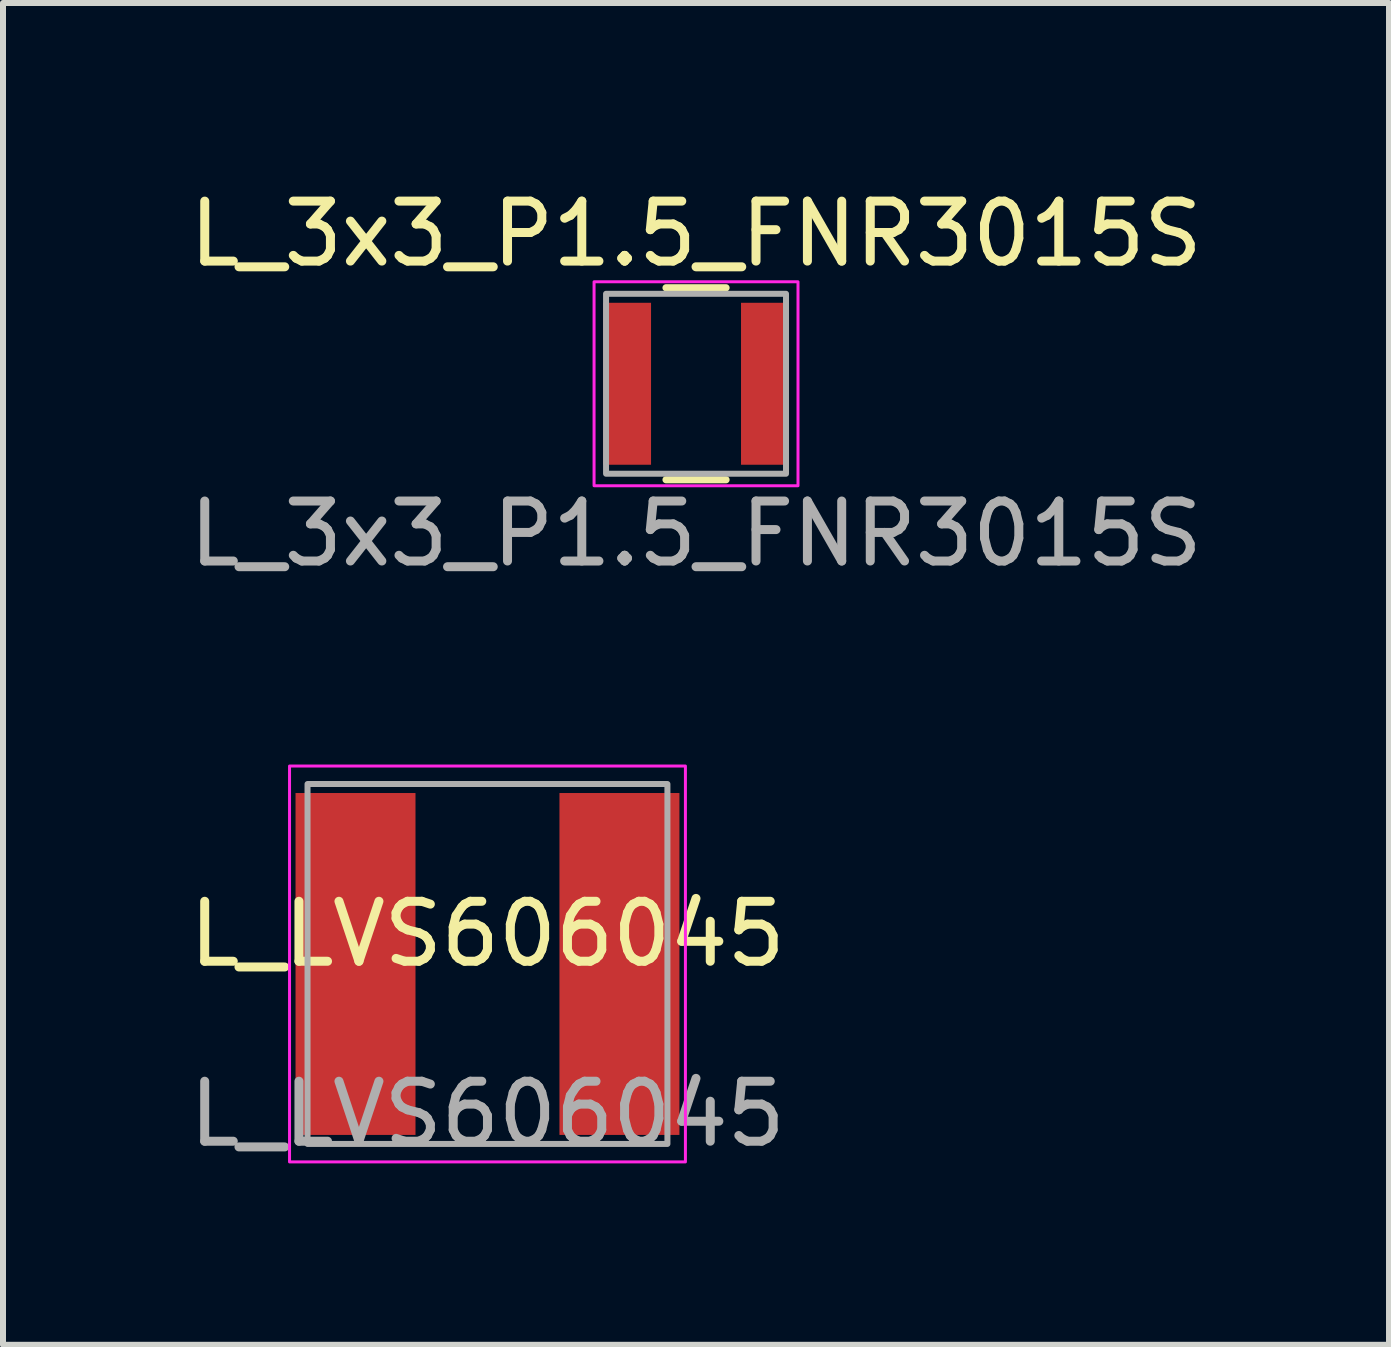
<source format=kicad_pcb>
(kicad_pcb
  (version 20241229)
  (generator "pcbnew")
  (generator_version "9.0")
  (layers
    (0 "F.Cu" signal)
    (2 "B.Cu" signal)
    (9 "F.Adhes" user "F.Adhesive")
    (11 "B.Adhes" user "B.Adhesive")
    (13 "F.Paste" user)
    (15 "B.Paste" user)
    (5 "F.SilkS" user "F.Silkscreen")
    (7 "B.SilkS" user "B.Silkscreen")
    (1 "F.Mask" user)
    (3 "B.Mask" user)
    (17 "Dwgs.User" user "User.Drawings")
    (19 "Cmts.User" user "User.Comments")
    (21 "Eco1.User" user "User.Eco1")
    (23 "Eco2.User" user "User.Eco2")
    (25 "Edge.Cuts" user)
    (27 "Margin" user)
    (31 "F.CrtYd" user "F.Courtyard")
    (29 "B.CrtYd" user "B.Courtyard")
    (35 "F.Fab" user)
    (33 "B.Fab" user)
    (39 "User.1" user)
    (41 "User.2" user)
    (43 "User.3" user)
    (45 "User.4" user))
  (footprint "L_LVS606045"
    (layer "F.Cu")
    (at 5.077 13.021)
    (property "Reference" "L_LVS606045" (at 0 -0.5 0) (unlocked yes) (layer "F.SilkS") (effects (font (size 1 1) (thickness 0.15))))
    (attr smd)
    (fp_rect (start 3.3 3.3) (end -3.3 -3.3) (stroke (width 0.05) (type solid)) (fill no) (layer "F.CrtYd"))
    (fp_rect (start -3 -3) (end 3 3) (stroke (width 0.1) (type solid)) (fill no) (layer "F.Fab"))
    (fp_text user "${REFERENCE}" (at 0 2.5 0) (unlocked yes) (layer "F.Fab") (effects (font (size 1 1) (thickness 0.15))))
    (pad "1" smd rect (at -2.2 0 90) (size 5.7 2) (layers "F.Cu" "F.Mask" "F.Paste"))
    (pad "2" smd rect (at 2.2 0 90) (size 5.7 2) (layers "F.Cu" "F.Mask" "F.Paste")))
  (footprint "L_3x3_P1.5_FNR3015S"
    (layer "F.Cu")
    (at 8.554 3.348)
    (property "Reference" "L_3x3_P1.5_FNR3015S" (at 0 -2.5 0) (unlocked yes) (layer "F.SilkS") (effects (font (size 1 1) (thickness 0.15))))
    (attr smd)
    (fp_line (start -0.5 -1.6) (end 0.5 -1.6) (stroke (width 0.12) (type solid)) (layer "F.SilkS"))
    (fp_line (start -0.5 1.6) (end 0.5 1.6) (stroke (width 0.12) (type solid)) (layer "F.SilkS"))
    (fp_rect (start -1.7 -1.7) (end 1.7 1.7) (stroke (width 0.05) (type solid)) (fill no) (layer "F.CrtYd"))
    (fp_rect (start 1.5 1.5) (end -1.5 -1.5) (stroke (width 0.1) (type solid)) (fill no) (layer "F.Fab"))
    (fp_text user "${REFERENCE}" (at 0 2.5 0) (unlocked yes) (layer "F.Fab") (effects (font (size 1 1) (thickness 0.15))))
    (pad "1" smd rect (at -1.15 0) (size 0.8 2.7) (layers "F.Cu" "F.Mask" "F.Paste"))
    (pad "2" smd rect (at 1.15 0) (size 0.8 2.7) (layers "F.Cu" "F.Mask" "F.Paste")))
  (gr_rect
    (start -3 -3)
    (end 20.107 19.37)
    (stroke (width 0.1) (type default))
    (fill no)
    (layer "Edge.Cuts")))
</source>
